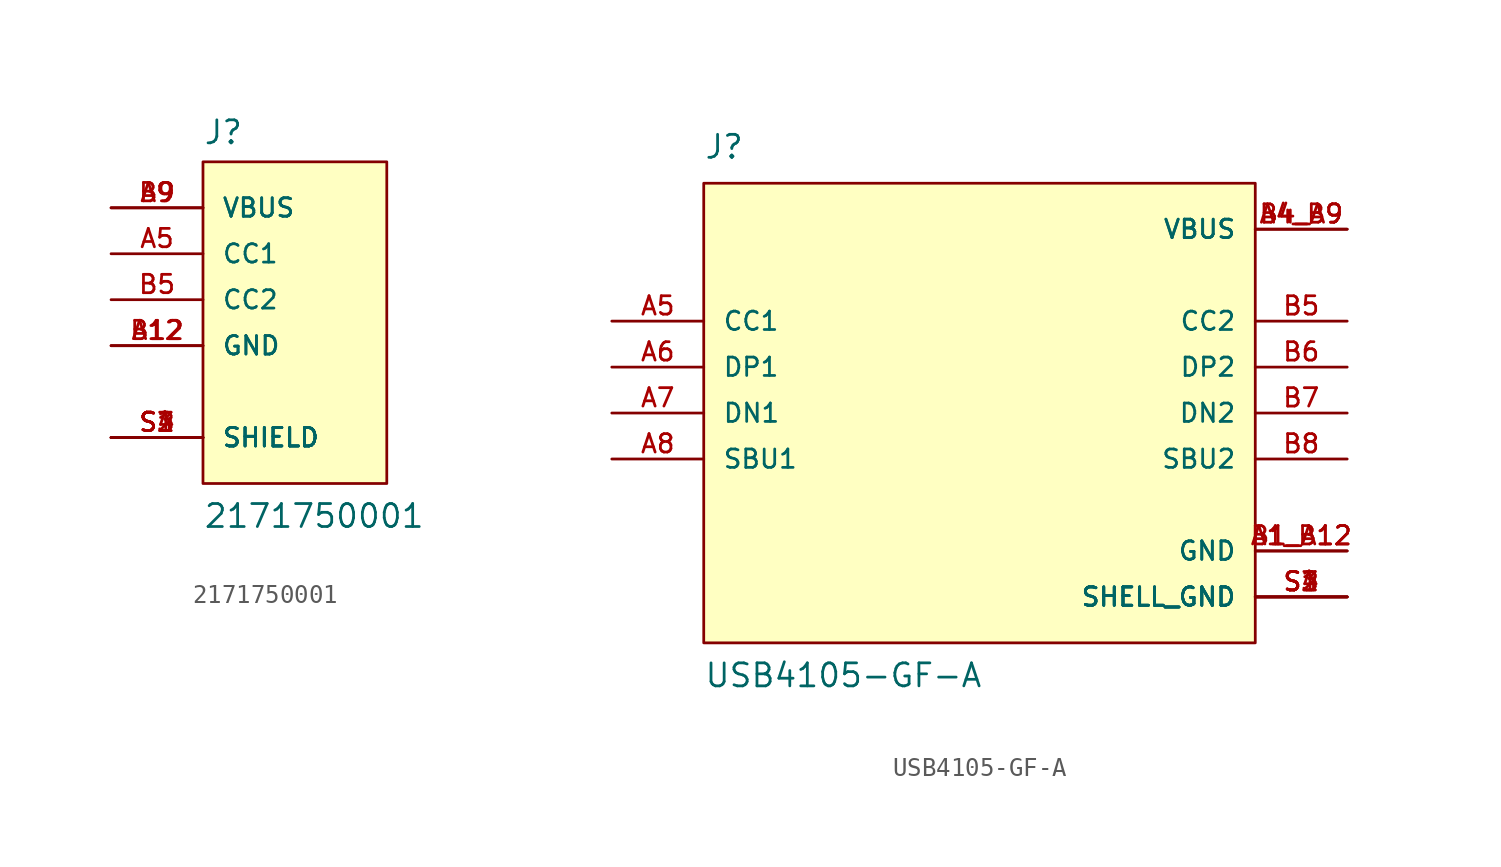
<source format=kicad_sym>
(kicad_symbol_lib
  (version 20211014)
  (generator kicad_symbol_editor)
  (symbol "2171750001"
    (pin_names
      (offset 1.016))
    (property "Reference" "J"
      (at -5.08 8.509 0)
      (effects (font (size 1.27 1.27)) (justify left bottom)))
    (property "Value" "2171750001"
      (at -5.08 -12.7 0)
      (effects (font (size 1.27 1.27)) (justify left bottom)))
    (symbol "2171750001_0_0"
      (rectangle (start -5.08 -10.16) (end 5.08 7.62) (stroke (width 0) (type default) (color 0 0 0 0)) (fill (type background)))
      (pin power_in line (at -10.16 -2.54 0) (length 5.08) (name "GND" (effects (font (size 1.016 1.016)))) (number "A12" (effects (font (size 1.016 1.016)))))
      (pin bidirectional line (at -10.16 2.54 0) (length 5.08) (name "CC1" (effects (font (size 1.016 1.016)))) (number "A5" (effects (font (size 1.016 1.016)))))
      (pin power_in line (at -10.16 5.08 0) (length 5.08) (name "VBUS" (effects (font (size 1.016 1.016)))) (number "A9" (effects (font (size 1.016 1.016)))))
      (pin power_in line (at -10.16 -2.54 0) (length 5.08) (name "GND" (effects (font (size 1.016 1.016)))) (number "B12" (effects (font (size 1.016 1.016)))))
      (pin bidirectional line (at -10.16 0 0) (length 5.08) (name "CC2" (effects (font (size 1.016 1.016)))) (number "B5" (effects (font (size 1.016 1.016)))))
      (pin power_in line (at -10.16 5.08 0) (length 5.08) (name "VBUS" (effects (font (size 1.016 1.016)))) (number "B9" (effects (font (size 1.016 1.016)))))
      (pin passive line (at -10.16 -7.62 0) (length 5.08) (name "SHIELD" (effects (font (size 1.016 1.016)))) (number "S1" (effects (font (size 1.016 1.016)))))
      (pin passive line (at -10.16 -7.62 0) (length 5.08) (name "SHIELD" (effects (font (size 1.016 1.016)))) (number "S2" (effects (font (size 1.016 1.016)))))
      (pin passive line (at -10.16 -7.62 0) (length 5.08) (name "SHIELD" (effects (font (size 1.016 1.016)))) (number "S3" (effects (font (size 1.016 1.016)))))
      (pin passive line (at -10.16 -7.62 0) (length 5.08) (name "SHIELD" (effects (font (size 1.016 1.016)))) (number "S4" (effects (font (size 1.016 1.016)))))))
  (symbol "USB4105-GF-A"
    (pin_names
      (offset 1.016))
    (property "Reference" "J"
      (at -15.24 13.97 0)
      (effects (font (size 1.27 1.27)) (justify left bottom)))
    (property "Value" "USB4105-GF-A"
      (at -15.24 -15.24 0)
      (effects (font (size 1.27 1.27)) (justify left bottom)))
    (symbol "USB4105-GF-A_0_0"
      (rectangle (start -15.24 -12.7) (end 15.24 12.7) (stroke (width 0) (type default) (color 0 0 0 0)) (fill (type background)))
      (pin power_in line (at 20.32 -7.62 180) (length 5.08) (name "GND" (effects (font (size 1.016 1.016)))) (number "A1_B12" (effects (font (size 1.016 1.016)))))
      (pin power_in line (at 20.32 10.16 180) (length 5.08) (name "VBUS" (effects (font (size 1.016 1.016)))) (number "A4_B9" (effects (font (size 1.016 1.016)))))
      (pin bidirectional line (at -20.32 5.08 0) (length 5.08) (name "CC1" (effects (font (size 1.016 1.016)))) (number "A5" (effects (font (size 1.016 1.016)))))
      (pin bidirectional line (at -20.32 2.54 0) (length 5.08) (name "DP1" (effects (font (size 1.016 1.016)))) (number "A6" (effects (font (size 1.016 1.016)))))
      (pin bidirectional line (at -20.32 0 0) (length 5.08) (name "DN1" (effects (font (size 1.016 1.016)))) (number "A7" (effects (font (size 1.016 1.016)))))
      (pin bidirectional line (at -20.32 -2.54 0) (length 5.08) (name "SBU1" (effects (font (size 1.016 1.016)))) (number "A8" (effects (font (size 1.016 1.016)))))
      (pin power_in line (at 20.32 -7.62 180) (length 5.08) (name "GND" (effects (font (size 1.016 1.016)))) (number "B1_A12" (effects (font (size 1.016 1.016)))))
      (pin power_in line (at 20.32 10.16 180) (length 5.08) (name "VBUS" (effects (font (size 1.016 1.016)))) (number "B4_A9" (effects (font (size 1.016 1.016)))))
      (pin bidirectional line (at 20.32 5.08 180) (length 5.08) (name "CC2" (effects (font (size 1.016 1.016)))) (number "B5" (effects (font (size 1.016 1.016)))))
      (pin bidirectional line (at 20.32 2.54 180) (length 5.08) (name "DP2" (effects (font (size 1.016 1.016)))) (number "B6" (effects (font (size 1.016 1.016)))))
      (pin bidirectional line (at 20.32 0 180) (length 5.08) (name "DN2" (effects (font (size 1.016 1.016)))) (number "B7" (effects (font (size 1.016 1.016)))))
      (pin bidirectional line (at 20.32 -2.54 180) (length 5.08) (name "SBU2" (effects (font (size 1.016 1.016)))) (number "B8" (effects (font (size 1.016 1.016)))))
      (pin power_in line (at 20.32 -10.16 180) (length 5.08) (name "SHELL_GND" (effects (font (size 1.016 1.016)))) (number "S1" (effects (font (size 1.016 1.016)))))
      (pin power_in line (at 20.32 -10.16 180) (length 5.08) (name "SHELL_GND" (effects (font (size 1.016 1.016)))) (number "S2" (effects (font (size 1.016 1.016)))))
      (pin power_in line (at 20.32 -10.16 180) (length 5.08) (name "SHELL_GND" (effects (font (size 1.016 1.016)))) (number "S3" (effects (font (size 1.016 1.016)))))
      (pin power_in line (at 20.32 -10.16 180) (length 5.08) (name "SHELL_GND" (effects (font (size 1.016 1.016)))) (number "S4" (effects (font (size 1.016 1.016))))))))
</source>
